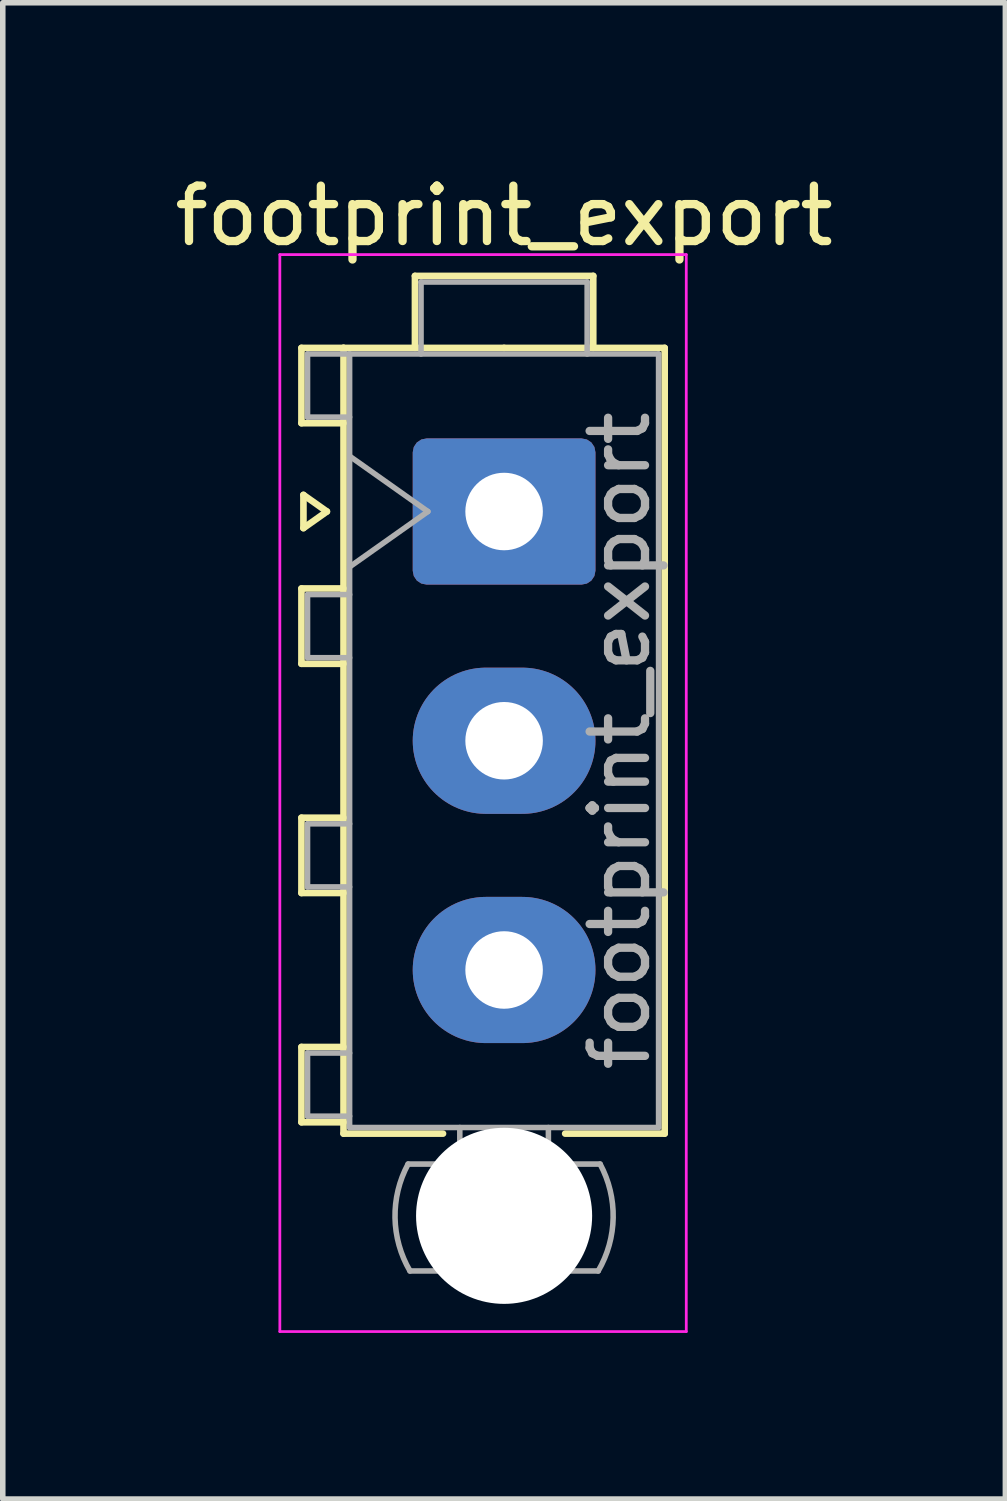
<source format=kicad_pcb>
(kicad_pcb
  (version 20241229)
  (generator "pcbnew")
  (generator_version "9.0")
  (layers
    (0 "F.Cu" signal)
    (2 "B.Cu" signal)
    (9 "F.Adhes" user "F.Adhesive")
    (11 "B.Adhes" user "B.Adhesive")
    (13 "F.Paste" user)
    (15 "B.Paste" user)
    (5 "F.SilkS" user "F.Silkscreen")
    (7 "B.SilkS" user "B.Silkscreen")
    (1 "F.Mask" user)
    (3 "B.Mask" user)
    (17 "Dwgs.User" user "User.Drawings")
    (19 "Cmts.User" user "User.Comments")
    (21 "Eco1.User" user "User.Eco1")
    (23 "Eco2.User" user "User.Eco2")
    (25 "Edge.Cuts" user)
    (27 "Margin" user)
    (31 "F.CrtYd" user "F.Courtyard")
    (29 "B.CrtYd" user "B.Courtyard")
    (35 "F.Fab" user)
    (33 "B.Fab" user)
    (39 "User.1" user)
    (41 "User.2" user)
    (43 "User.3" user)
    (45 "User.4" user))
  (footprint "footprint_export"
    (layer "F.Cu")
    (at 6.054 6.188)
    (property "Reference" "footprint_export" (at 0 -5.34 0) (layer "F.SilkS") (effects (font (size 1 1) (thickness 0.15))))
    (attr through_hole)
    (fp_line (start -3.66 -2.955) (end -3.66 -1.595) (stroke (width 0.12) (type solid)) (layer "F.SilkS"))
    (fp_line (start -3.66 -1.595) (end -2.9 -1.595) (stroke (width 0.12) (type solid)) (layer "F.SilkS"))
    (fp_line (start -3.66 1.39) (end -3.66 2.75) (stroke (width 0.12) (type solid)) (layer "F.SilkS"))
    (fp_line (start -3.66 2.75) (end -2.9 2.75) (stroke (width 0.12) (type solid)) (layer "F.SilkS"))
    (fp_line (start -3.66 5.53) (end -3.66 6.89) (stroke (width 0.12) (type solid)) (layer "F.SilkS"))
    (fp_line (start -3.66 6.89) (end -2.9 6.89) (stroke (width 0.12) (type solid)) (layer "F.SilkS"))
    (fp_line (start -3.66 9.67) (end -3.66 11.03) (stroke (width 0.12) (type solid)) (layer "F.SilkS"))
    (fp_line (start -3.66 11.03) (end -2.9 11.03) (stroke (width 0.12) (type solid)) (layer "F.SilkS"))
    (fp_line (start -3.624 -0.3) (end -3.2 0) (stroke (width 0.12) (type solid)) (layer "F.SilkS"))
    (fp_line (start -3.624 0.3) (end -3.624 -0.3) (stroke (width 0.12) (type solid)) (layer "F.SilkS"))
    (fp_line (start -3.2 0) (end -3.624 0.3) (stroke (width 0.12) (type solid)) (layer "F.SilkS"))
    (fp_line (start -2.9 -2.955) (end -3.66 -2.955) (stroke (width 0.12) (type solid)) (layer "F.SilkS"))
    (fp_line (start -2.9 -2.955) (end -2.9 11.235) (stroke (width 0.12) (type solid)) (layer "F.SilkS"))
    (fp_line (start -2.9 1.39) (end -3.66 1.39) (stroke (width 0.12) (type solid)) (layer "F.SilkS"))
    (fp_line (start -2.9 5.53) (end -3.66 5.53) (stroke (width 0.12) (type solid)) (layer "F.SilkS"))
    (fp_line (start -2.9 9.67) (end -3.66 9.67) (stroke (width 0.12) (type solid)) (layer "F.SilkS"))
    (fp_line (start -2.9 11.235) (end -1.103 11.235) (stroke (width 0.12) (type solid)) (layer "F.SilkS"))
    (fp_line (start -1.61 -4.255) (end 1.61 -4.255) (stroke (width 0.12) (type solid)) (layer "F.SilkS"))
    (fp_line (start -1.61 -2.955) (end -1.61 -4.255) (stroke (width 0.12) (type solid)) (layer "F.SilkS"))
    (fp_line (start 0 -2.955) (end -2.9 -2.955) (stroke (width 0.12) (type solid)) (layer "F.SilkS"))
    (fp_line (start 0 -2.955) (end 2.9 -2.955) (stroke (width 0.12) (type solid)) (layer "F.SilkS"))
    (fp_line (start 1.61 -4.255) (end 1.61 -2.955) (stroke (width 0.12) (type solid)) (layer "F.SilkS"))
    (fp_line (start 2.9 -2.955) (end 2.9 11.235) (stroke (width 0.12) (type solid)) (layer "F.SilkS"))
    (fp_line (start 2.9 11.235) (end 1.103 11.235) (stroke (width 0.12) (type solid)) (layer "F.SilkS"))
    (fp_line (start -4.05 -4.64) (end -4.05 14.81) (stroke (width 0.05) (type solid)) (layer "F.CrtYd"))
    (fp_line (start -4.05 14.81) (end 3.29 14.81) (stroke (width 0.05) (type solid)) (layer "F.CrtYd"))
    (fp_line (start 3.29 -4.64) (end -4.05 -4.64) (stroke (width 0.05) (type solid)) (layer "F.CrtYd"))
    (fp_line (start 3.29 14.81) (end 3.29 -4.64) (stroke (width 0.05) (type solid)) (layer "F.CrtYd"))
    (fp_line (start -3.55 -2.845) (end -3.55 -1.705) (stroke (width 0.1) (type solid)) (layer "F.Fab"))
    (fp_line (start -3.55 -1.705) (end -2.79 -1.705) (stroke (width 0.1) (type solid)) (layer "F.Fab"))
    (fp_line (start -3.55 1.5) (end -3.55 2.64) (stroke (width 0.1) (type solid)) (layer "F.Fab"))
    (fp_line (start -3.55 2.64) (end -2.79 2.64) (stroke (width 0.1) (type solid)) (layer "F.Fab"))
    (fp_line (start -3.55 5.64) (end -3.55 6.78) (stroke (width 0.1) (type solid)) (layer "F.Fab"))
    (fp_line (start -3.55 6.78) (end -2.79 6.78) (stroke (width 0.1) (type solid)) (layer "F.Fab"))
    (fp_line (start -3.55 9.78) (end -3.55 10.92) (stroke (width 0.1) (type solid)) (layer "F.Fab"))
    (fp_line (start -3.55 10.92) (end -2.79 10.92) (stroke (width 0.1) (type solid)) (layer "F.Fab"))
    (fp_line (start -2.79 -2.845) (end -3.55 -2.845) (stroke (width 0.1) (type solid)) (layer "F.Fab"))
    (fp_line (start -2.79 -2.845) (end -2.79 11.125) (stroke (width 0.1) (type solid)) (layer "F.Fab"))
    (fp_line (start -2.79 -1) (end -1.376 0) (stroke (width 0.1) (type solid)) (layer "F.Fab"))
    (fp_line (start -2.79 1.5) (end -3.55 1.5) (stroke (width 0.1) (type solid)) (layer "F.Fab"))
    (fp_line (start -2.79 5.64) (end -3.55 5.64) (stroke (width 0.1) (type solid)) (layer "F.Fab"))
    (fp_line (start -2.79 9.78) (end -3.55 9.78) (stroke (width 0.1) (type solid)) (layer "F.Fab"))
    (fp_line (start -2.79 11.125) (end 2.79 11.125) (stroke (width 0.1) (type solid)) (layer "F.Fab"))
    (fp_line (start -1.5 -4.145) (end 1.5 -4.145) (stroke (width 0.1) (type solid)) (layer "F.Fab"))
    (fp_line (start -1.5 -2.845) (end -1.5 -4.145) (stroke (width 0.1) (type solid)) (layer "F.Fab"))
    (fp_line (start -1.376 0) (end -2.79 1) (stroke (width 0.1) (type solid)) (layer "F.Fab"))
    (fp_line (start -0.8 11.125) (end -0.8 11.785) (stroke (width 0.1) (type solid)) (layer "F.Fab"))
    (fp_line (start 0.8 11.125) (end 0.8 11.785) (stroke (width 0.1) (type solid)) (layer "F.Fab"))
    (fp_line (start 1.5 -4.145) (end 1.5 -2.845) (stroke (width 0.1) (type solid)) (layer "F.Fab"))
    (fp_line (start 1.7 13.716) (end -1.7 13.716) (stroke (width 0.1) (type solid)) (layer "F.Fab"))
    (fp_line (start 1.734 11.785) (end -1.734 11.785) (stroke (width 0.1) (type solid)) (layer "F.Fab"))
    (fp_line (start 2.79 -2.845) (end -2.79 -2.845) (stroke (width 0.1) (type solid)) (layer "F.Fab"))
    (fp_line (start 2.79 11.125) (end 2.79 -2.845) (stroke (width 0.1) (type solid)) (layer "F.Fab"))
    (fp_arc (start -1.699672 13.716) (mid -1.969689 12.754992) (end -1.733977 11.785) (stroke (width 0.1) (type solid)) (layer "F.Fab"))
    (fp_arc (start 1.733977 11.785) (mid 1.96969 12.754992) (end 1.699672 13.716) (stroke (width 0.1) (type solid)) (layer "F.Fab"))
    (fp_text user "${REFERENCE}" (at 2.09 4.14 90) (layer "F.Fab") (effects (font (size 1 1) (thickness 0.15))))
    (pad "" np_thru_hole circle (at 0 12.72) (size 3.18 3.18) (drill 3.18) (layers "*.Cu" "*.Mask"))
    (pad "1" thru_hole roundrect (at 0 0) (size 3.3 2.64) (drill 1.4) (layers "*.Cu" "*.Mask") (roundrect_rratio 0.095))
    (pad "2" thru_hole oval (at 0 4.14) (size 3.3 2.64) (drill 1.4) (layers "*.Cu" "*.Mask"))
    (pad "3" thru_hole oval (at 0 8.28) (size 3.3 2.64) (drill 1.4) (layers "*.Cu" "*.Mask")))
  (gr_rect
    (start -3 -3)
    (end 15.107 24.023)
    (stroke (width 0.1) (type default))
    (fill no)
    (layer "Edge.Cuts")))
</source>
